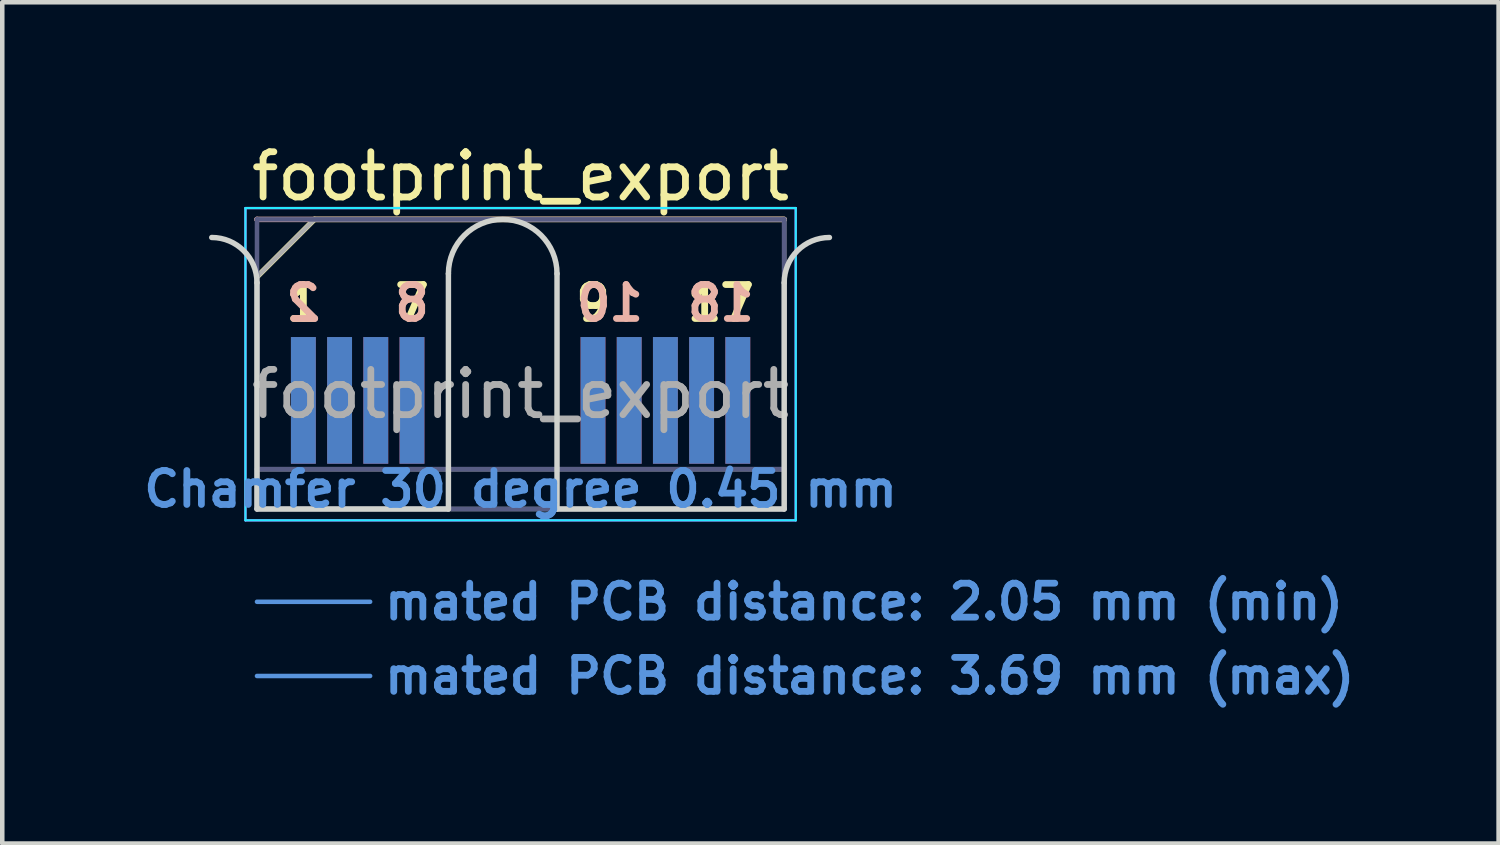
<source format=kicad_pcb>
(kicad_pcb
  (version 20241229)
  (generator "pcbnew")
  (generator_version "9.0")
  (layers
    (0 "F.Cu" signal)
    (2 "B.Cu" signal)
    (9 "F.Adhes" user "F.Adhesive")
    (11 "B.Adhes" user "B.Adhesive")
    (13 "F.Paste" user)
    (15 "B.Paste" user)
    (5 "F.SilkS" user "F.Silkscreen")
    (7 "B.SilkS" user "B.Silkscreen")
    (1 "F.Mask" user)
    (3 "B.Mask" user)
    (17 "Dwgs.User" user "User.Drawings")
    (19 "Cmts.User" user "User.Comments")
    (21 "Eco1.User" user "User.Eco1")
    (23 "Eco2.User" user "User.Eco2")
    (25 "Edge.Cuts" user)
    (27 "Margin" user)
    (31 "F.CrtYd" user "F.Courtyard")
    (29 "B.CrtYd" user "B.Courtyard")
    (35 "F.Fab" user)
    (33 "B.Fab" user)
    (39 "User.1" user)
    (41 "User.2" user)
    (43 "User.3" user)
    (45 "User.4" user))
  (footprint "footprint_export"
    (layer "F.Cu")
    (at 8.454 8.198)
    (property "Reference" "footprint_export" (at 0 -7.35 0) (layer "F.SilkS") (effects (font (size 1 1) (thickness 0.15))))
    (attr exclude_from_pos_files exclude_from_bom)
    (fp_line (start -5.825 -5.13) (end -4.555 -6.4) (stroke (width 0.12) (type solid)) (layer "F.SilkS"))
    (fp_line (start -4.555 -6.4) (end 5.825 -6.4) (stroke (width 0.12) (type solid)) (layer "F.SilkS"))
    (fp_line (start -5.825 -6.4) (end -5.825 -6.4) (stroke (width 0.12) (type solid)) (layer "B.SilkS"))
    (fp_line (start -5.825 -6.4) (end 5.825 -6.4) (stroke (width 0.12) (type solid)) (layer "B.SilkS"))
    (fp_line (start -5.825 2.05) (end -3.325 2.05) (stroke (width 0.1) (type solid)) (layer "Cmts.User"))
    (fp_line (start -5.825 3.69) (end -3.325 3.69) (stroke (width 0.1) (type solid)) (layer "Cmts.User"))
    (fp_line (start -5.825 -5) (end -5.825 0) (stroke (width 0.12) (type solid)) (layer "Edge.Cuts"))
    (fp_line (start -5.825 0) (end -1.595 0) (stroke (width 0.12) (type solid)) (layer "Edge.Cuts"))
    (fp_line (start -1.595 0) (end -1.595 -5.2) (stroke (width 0.12) (type solid)) (layer "Edge.Cuts"))
    (fp_line (start 0.805 -5.2) (end 0.805 0) (stroke (width 0.12) (type solid)) (layer "Edge.Cuts"))
    (fp_line (start 0.805 0) (end 5.825 0) (stroke (width 0.12) (type solid)) (layer "Edge.Cuts"))
    (fp_line (start 5.825 0) (end 5.825 -5) (stroke (width 0.12) (type solid)) (layer "Edge.Cuts"))
    (fp_arc (start -6.825 -6) (mid -6.117893 -5.707107) (end -5.825 -5) (stroke (width 0.12) (type solid)) (layer "Edge.Cuts"))
    (fp_arc (start -1.595 -5.2) (mid -0.395 -6.4) (end 0.805 -5.2) (stroke (width 0.12) (type solid)) (layer "Edge.Cuts"))
    (fp_arc (start 5.825 -5) (mid 6.117893 -5.707107) (end 6.825 -6) (stroke (width 0.12) (type solid)) (layer "Edge.Cuts"))
    (fp_line (start -6.08 -6.65) (end -6.08 0.25) (stroke (width 0.05) (type solid)) (layer "B.CrtYd"))
    (fp_line (start -6.08 0.25) (end 6.08 0.25) (stroke (width 0.05) (type solid)) (layer "B.CrtYd"))
    (fp_line (start 6.08 -6.65) (end -6.08 -6.65) (stroke (width 0.05) (type solid)) (layer "B.CrtYd"))
    (fp_line (start 6.08 0.25) (end 6.08 -6.65) (stroke (width 0.05) (type solid)) (layer "B.CrtYd"))
    (fp_line (start -6.08 -6.65) (end -6.08 0.25) (stroke (width 0.05) (type solid)) (layer "F.CrtYd"))
    (fp_line (start -6.08 0.25) (end 6.08 0.25) (stroke (width 0.05) (type solid)) (layer "F.CrtYd"))
    (fp_line (start 6.08 -6.65) (end -6.08 -6.65) (stroke (width 0.05) (type solid)) (layer "F.CrtYd"))
    (fp_line (start 6.08 0.25) (end 6.08 -6.65) (stroke (width 0.05) (type solid)) (layer "F.CrtYd"))
    (fp_line (start -5.825 -6.4) (end -5.825 -6.4) (stroke (width 0.1) (type solid)) (layer "B.Fab"))
    (fp_line (start -5.825 -6.4) (end -5.825 0) (stroke (width 0.1) (type solid)) (layer "B.Fab"))
    (fp_line (start -5.825 -6.4) (end 5.825 -6.4) (stroke (width 0.1) (type solid)) (layer "B.Fab"))
    (fp_line (start -5.825 -0.88) (end 5.825 -0.88) (stroke (width 0.1) (type solid)) (layer "B.Fab"))
    (fp_line (start -5.825 0) (end 5.825 0) (stroke (width 0.1) (type solid)) (layer "B.Fab"))
    (fp_line (start 5.825 -6.4) (end 5.825 0) (stroke (width 0.1) (type solid)) (layer "B.Fab"))
    (fp_line (start -5.825 -5.13) (end -5.825 0) (stroke (width 0.1) (type solid)) (layer "F.Fab"))
    (fp_line (start -5.825 -5.13) (end -4.555 -6.4) (stroke (width 0.1) (type solid)) (layer "F.Fab"))
    (fp_line (start -5.825 -0.88) (end 5.825 -0.88) (stroke (width 0.1) (type solid)) (layer "F.Fab"))
    (fp_line (start -5.825 0) (end 5.825 0) (stroke (width 0.1) (type solid)) (layer "F.Fab"))
    (fp_line (start -4.555 -6.4) (end 5.825 -6.4) (stroke (width 0.1) (type solid)) (layer "F.Fab"))
    (fp_line (start 5.825 -6.4) (end 5.825 0) (stroke (width 0.1) (type solid)) (layer "F.Fab"))
    (fp_text user "7" (at -2.4 -4.55 0) (layer "F.SilkS") (effects (font (size 0.75 0.75) (thickness 0.15))))
    (fp_text user "17" (at 4.425 -4.55 0) (layer "F.SilkS") (effects (font (size 0.75 0.75) (thickness 0.15))))
    (fp_text user "9" (at 1.6 -4.55 0) (layer "F.SilkS") (effects (font (size 0.75 0.75) (thickness 0.15))))
    (fp_text user "1" (at -4.8 -4.55 0) (layer "F.SilkS") (effects (font (size 0.75 0.75) (thickness 0.15))))
    (fp_text user "18" (at 4.425 -4.55 0) (layer "B.SilkS") (effects (font (size 0.75 0.75) (thickness 0.15)) (justify mirror)))
    (fp_text user "10" (at 1.975 -4.55 0) (layer "B.SilkS") (effects (font (size 0.75 0.75) (thickness 0.15)) (justify mirror)))
    (fp_text user "8" (at -2.4 -4.55 0) (layer "B.SilkS") (effects (font (size 0.75 0.75) (thickness 0.15)) (justify mirror)))
    (fp_text user "2" (at -4.8 -4.55 0) (layer "B.SilkS") (effects (font (size 0.75 0.75) (thickness 0.15)) (justify mirror)))
    (fp_text user "Chamfer 30 degree 0.45 mm" (at 0 -0.44 0) (layer "Cmts.User") (effects (font (size 0.75 0.75) (thickness 0.15))))
    (fp_text user "mated PCB distance: 3.69 mm (max)" (at -3.08 3.69 0) (layer "Cmts.User") (effects (font (size 0.75 0.75) (thickness 0.15)) (justify left)))
    (fp_text user "mated PCB distance: 2.05 mm (min)" (at -3.08 2.05 0) (layer "Cmts.User") (effects (font (size 0.75 0.75) (thickness 0.15)) (justify left)))
    (fp_text user "${REFERENCE}" (at 0 -2.54 0) (layer "F.Fab") (effects (font (size 1 1) (thickness 0.15))))
    (pad "1" connect rect (at -4.8 -2.4) (size 0.55 2.8) (layers "F.Cu" "F.Mask"))
    (pad "2" connect rect (at -4.8 -2.4) (size 0.55 2.8) (layers "B.Cu" "B.Mask"))
    (pad "3" connect rect (at -4 -2.4) (size 0.55 2.8) (layers "F.Cu" "F.Mask"))
    (pad "4" connect rect (at -4 -2.4) (size 0.55 2.8) (layers "B.Cu" "B.Mask"))
    (pad "5" connect rect (at -3.2 -2.4) (size 0.55 2.8) (layers "F.Cu" "F.Mask"))
    (pad "6" connect rect (at -3.2 -2.4) (size 0.55 2.8) (layers "B.Cu" "B.Mask"))
    (pad "7" connect rect (at -2.4 -2.4) (size 0.55 2.8) (layers "F.Cu" "F.Mask"))
    (pad "8" connect rect (at -2.4 -2.4) (size 0.55 2.8) (layers "B.Cu" "B.Mask"))
    (pad "9" connect rect (at 1.6 -2.4) (size 0.55 2.8) (layers "F.Cu" "F.Mask"))
    (pad "10" connect rect (at 1.6 -2.4) (size 0.55 2.8) (layers "B.Cu" "B.Mask"))
    (pad "11" connect rect (at 2.4 -2.4) (size 0.55 2.8) (layers "F.Cu" "F.Mask"))
    (pad "12" connect rect (at 2.4 -2.4) (size 0.55 2.8) (layers "B.Cu" "B.Mask"))
    (pad "13" connect rect (at 3.2 -2.4) (size 0.55 2.8) (layers "F.Cu" "F.Mask"))
    (pad "14" connect rect (at 3.2 -2.4) (size 0.55 2.8) (layers "B.Cu" "B.Mask"))
    (pad "15" connect rect (at 4 -2.4) (size 0.55 2.8) (layers "F.Cu" "F.Mask"))
    (pad "16" connect rect (at 4 -2.4) (size 0.55 2.8) (layers "B.Cu" "B.Mask"))
    (pad "17" connect rect (at 4.8 -2.4) (size 0.55 2.8) (layers "F.Cu" "F.Mask"))
    (pad "18" connect rect (at 4.8 -2.4) (size 0.55 2.8) (layers "B.Cu" "B.Mask")))
  (gr_rect
    (start -3 -3)
    (end 30.066 15.59)
    (stroke (width 0.1) (type default))
    (fill no)
    (layer "Edge.Cuts")))
</source>
